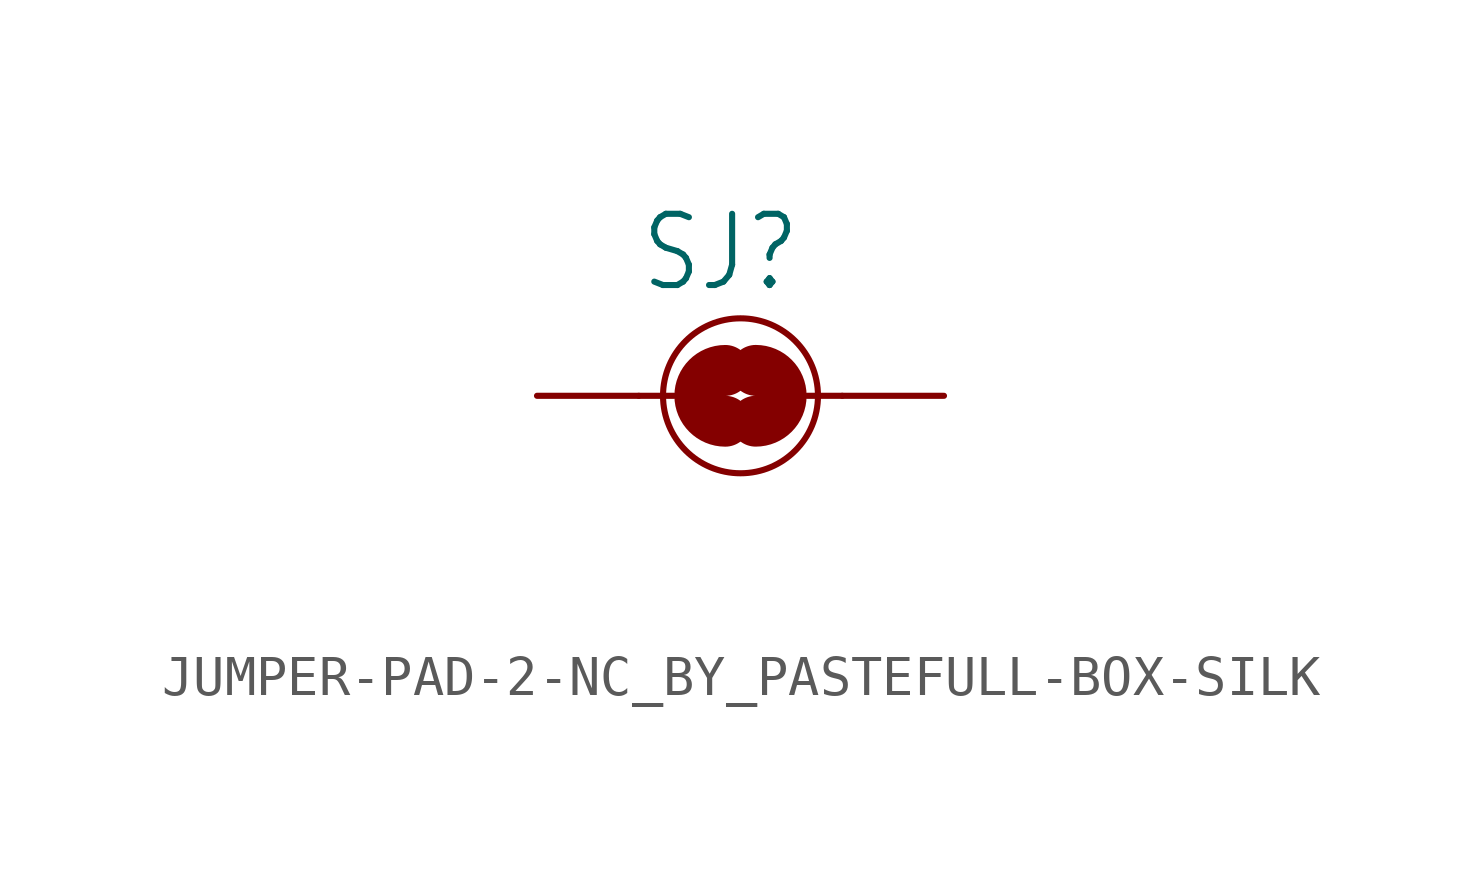
<source format=kicad_sym>
(kicad_symbol_lib
  (version 20220914)
  (generator kicad_symbol_editor)
  (symbol "JUMPER-PAD-2-NC_BY_PASTEFULL-BOX-SILK"
    (property "Reference" "SJ"
      (at -2.54 2.54 0)
      (effects (font (size 1.778 1.511)) (justify left bottom)))
    (property "Value" ""
      (at -2.54 -5.08 0)
      (effects (font (size 1.778 1.511)) (justify left bottom)))
    (property "ki_locked" ""
      (at 0 0 0)
      (effects (font (size 1.27 1.27))))
    (symbol "JUMPER-PAD-2-NC_BY_PASTEFULL-BOX-SILK_1_0"
      (arc (start -0.3808 0.635) (mid -1.0159 0.0001) (end -0.381 -0.635) (stroke (width 1.27) (type solid)) (fill (type none)))
      (polyline (pts (xy -2.54 0) (xy -1.651 0)) (stroke (width 0.152) (type solid)) (fill (type none)))
      (polyline (pts (xy 2.54 0) (xy 1.651 0)) (stroke (width 0.152) (type solid)) (fill (type none)))
      (circle (center 0 0) (radius 1.934) (stroke (width 0) (type solid)) (fill (type none)))
      (arc (start 0.3808 -0.635) (mid 1.0159 -0.0001) (end 0.381 0.635) (stroke (width 1.27) (type solid)) (fill (type none)))
      (pin passive line (at -5.08 0 0) (length 2.54) (name "1" (effects (font (size 0 0)))) (number "1" (effects (font (size 0 0)))))
      (pin passive line (at 5.08 0 180) (length 2.54) (name "2" (effects (font (size 0 0)))) (number "2" (effects (font (size 0 0))))))))
</source>
